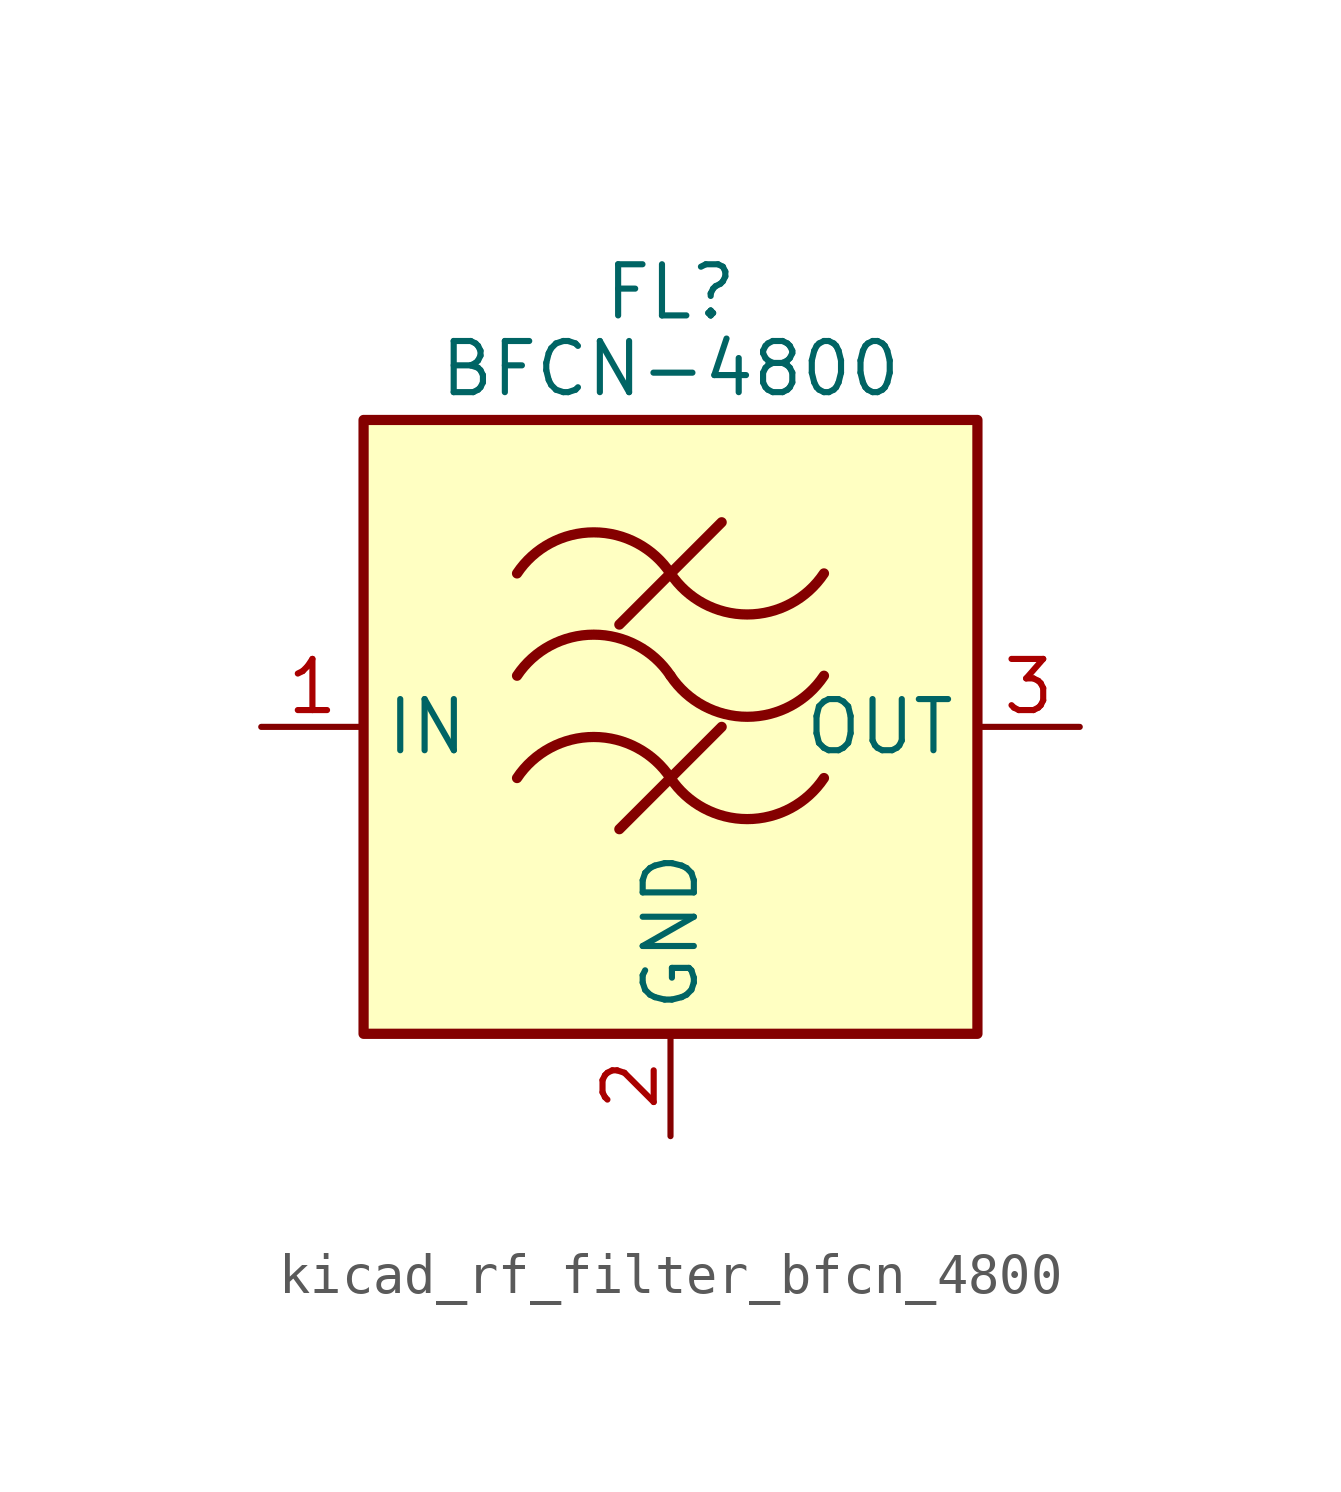
<source format=kicad_sym>
(kicad_symbol_lib
  (version 20220914)
  (generator kicad_symbol_editor)
  (symbol "kicad_rf_filter_bfcn_4800"
    (property "Reference" "FL"
      (at 0 10.795 0)
      (effects (font (size 1.27 1.27))))
    (property "Value" "BFCN-4800"
      (at 0 8.89 0)
      (effects (font (size 1.27 1.27))))
    (symbol "kicad_rf_filter_bfcn_4800_0_1"
      (rectangle (start -7.62 7.62) (end 7.62 -7.62) (stroke (width 0.254) (type default)) (fill (type background)))
      (arc (start 0 -1.27) (mid -1.905 -0.2505) (end -3.81 -1.27) (stroke (width 0.254) (type default)) (fill (type none)))
      (arc (start 0 -1.27) (mid 1.905 -2.2895) (end 3.81 -1.27) (stroke (width 0.254) (type default)) (fill (type none)))
      (polyline (pts (xy -1.27 -2.54) (xy 1.27 0)) (stroke (width 0.254) (type default)) (fill (type none)))
      (polyline (pts (xy -1.27 2.54) (xy 1.27 5.08)) (stroke (width 0.254) (type default)) (fill (type none)))
      (arc (start 0 1.27) (mid -1.905 2.2895) (end -3.81 1.27) (stroke (width 0.254) (type default)) (fill (type none)))
      (arc (start 0 1.27) (mid 1.905 0.2505) (end 3.81 1.27) (stroke (width 0.254) (type default)) (fill (type none)))
      (arc (start 0 3.81) (mid -1.905 4.8295) (end -3.81 3.81) (stroke (width 0.254) (type default)) (fill (type none)))
      (arc (start 0 3.81) (mid 1.905 2.7905) (end 3.81 3.81) (stroke (width 0.254) (type default)) (fill (type none))))
    (symbol "kicad_rf_filter_bfcn_4800_1_1"
      (pin passive line (at -10.16 0 0) (length 2.54) (name "IN" (effects (font (size 1.27 1.27)))) (number "1" (effects (font (size 1.27 1.27)))))
      (pin passive line (at 0 -10.16 90) (length 2.54) (name "GND" (effects (font (size 1.27 1.27)))) (number "2" (effects (font (size 1.27 1.27)))))
      (pin passive line (at 10.16 0 180) (length 2.54) (name "OUT" (effects (font (size 1.27 1.27)))) (number "3" (effects (font (size 1.27 1.27)))))
      (pin passive line (at 0 -10.16 90) (length 2.54) hide (name "GND" (effects (font (size 1.27 1.27)))) (number "4" (effects (font (size 1.27 1.27))))))))
</source>
